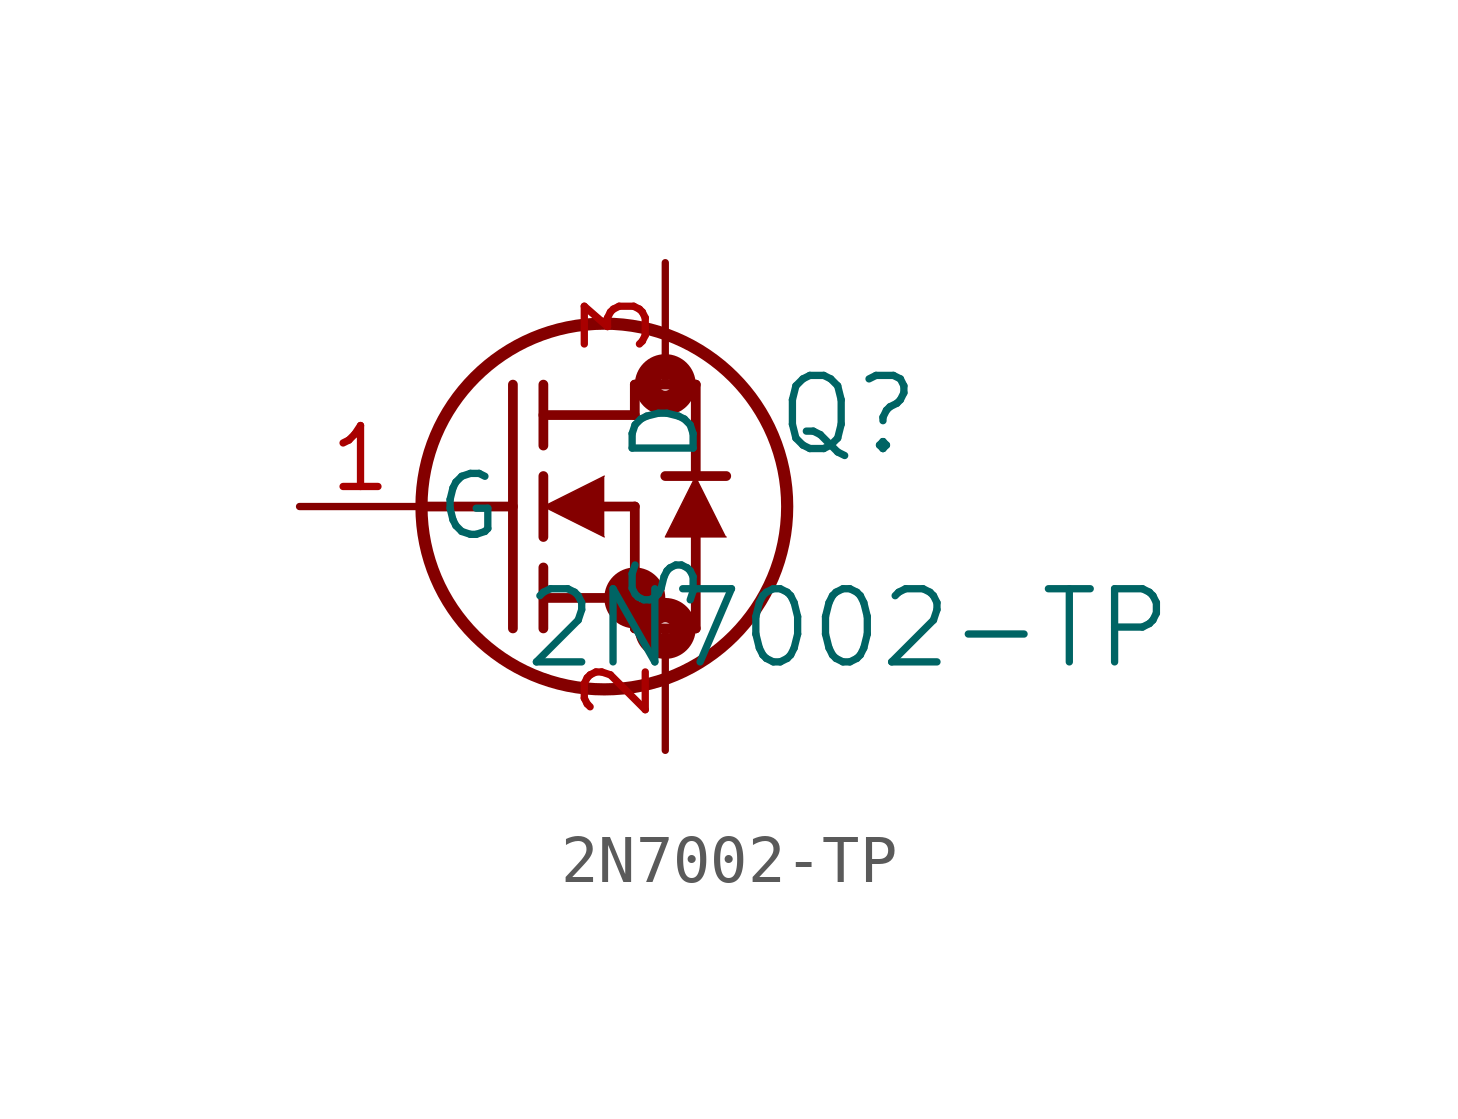
<source format=kicad_sym>
(kicad_symbol_lib
  (version 20211014)
  (generator kicad_symbol_editor)
  (symbol "2N7002-TP"
    (pin_names
      (offset 0.254))
    (property "Reference" "Q"
      (at 11.43 1.905 0)
      (effects (font (size 1.524 1.524))))
    (property "Value" "2N7002-TP"
      (at 11.43 -2.54 0)
      (effects (font (size 1.524 1.524))))
    (symbol "2N7002-TP_0_1"
      (circle (center 7.62 2.54) (radius 0.127) (stroke (width 0.508) (type default) (color 0 0 0 0)) (fill (type none)))
      (circle (center 7.62 -2.54) (radius 0.127) (stroke (width 0.508) (type default) (color 0 0 0 0)) (fill (type none)))
      (circle (center 6.985 -1.905) (radius 0.127) (stroke (width 0.508) (type default) (color 0 0 0 0)) (fill (type none)))
      (circle (center 6.35 0) (radius 3.81) (stroke (width 0.254) (type default) (color 0 0 0 0)) (fill (type none)))
      (polyline (pts (xy 2.54 0) (xy 4.445 0)) (stroke (width 0.203) (type default) (color 0 0 0 0)) (fill (type none)))
      (polyline (pts (xy 4.445 -2.54) (xy 4.445 2.54)) (stroke (width 0.203) (type default) (color 0 0 0 0)) (fill (type none)))
      (polyline (pts (xy 5.08 -0.635) (xy 5.08 0.635)) (stroke (width 0.203) (type default) (color 0 0 0 0)) (fill (type none)))
      (polyline (pts (xy 5.08 -2.54) (xy 5.08 -1.27)) (stroke (width 0.203) (type default) (color 0 0 0 0)) (fill (type none)))
      (polyline (pts (xy 5.08 1.27) (xy 5.08 2.54)) (stroke (width 0.203) (type default) (color 0 0 0 0)) (fill (type none)))
      (polyline (pts (xy 6.35 0) (xy 6.985 0)) (stroke (width 0.203) (type default) (color 0 0 0 0)) (fill (type none)))
      (polyline (pts (xy 5.08 -1.905) (xy 6.985 -1.905)) (stroke (width 0.203) (type default) (color 0 0 0 0)) (fill (type none)))
      (polyline (pts (xy 6.985 -2.54) (xy 6.985 0)) (stroke (width 0.203) (type default) (color 0 0 0 0)) (fill (type none)))
      (polyline (pts (xy 6.985 -2.54) (xy 8.255 -2.54)) (stroke (width 0.203) (type default) (color 0 0 0 0)) (fill (type none)))
      (polyline (pts (xy 5.08 1.905) (xy 6.985 1.905)) (stroke (width 0.203) (type default) (color 0 0 0 0)) (fill (type none)))
      (polyline (pts (xy 8.255 0.635) (xy 8.255 2.54)) (stroke (width 0.203) (type default) (color 0 0 0 0)) (fill (type none)))
      (polyline (pts (xy 6.35 0.635) (xy 5.08 0) (xy 6.35 -0.635)) (stroke (width 0.025) (type default) (color 0 0 0 0)) (fill (type outline)))
      (polyline (pts (xy 8.89 -0.635) (xy 7.62 -0.635) (xy 8.255 0.635)) (stroke (width 0.025) (type default) (color 0 0 0 0)) (fill (type outline)))
      (polyline (pts (xy 8.255 -2.54) (xy 8.255 -0.635)) (stroke (width 0.203) (type default) (color 0 0 0 0)) (fill (type none)))
      (polyline (pts (xy 8.89 0.635) (xy 7.62 0.635)) (stroke (width 0.203) (type default) (color 0 0 0 0)) (fill (type none)))
      (polyline (pts (xy 6.985 2.54) (xy 8.255 2.54)) (stroke (width 0.203) (type default) (color 0 0 0 0)) (fill (type none)))
      (polyline (pts (xy 6.985 1.905) (xy 6.985 2.54)) (stroke (width 0.203) (type default) (color 0 0 0 0)) (fill (type none)))
      (pin unspecified line (at 0 0 0) (length 2.54) (name "G" (effects (font (size 1.27 1.27)))) (number "1" (effects (font (size 1.27 1.27)))))
      (pin unspecified line (at 7.62 -5.08 90) (length 2.54) (name "S" (effects (font (size 1.27 1.27)))) (number "2" (effects (font (size 1.27 1.27)))))
      (pin unspecified line (at 7.62 5.08 270) (length 2.54) (name "D" (effects (font (size 1.27 1.27)))) (number "3" (effects (font (size 1.27 1.27))))))))
</source>
